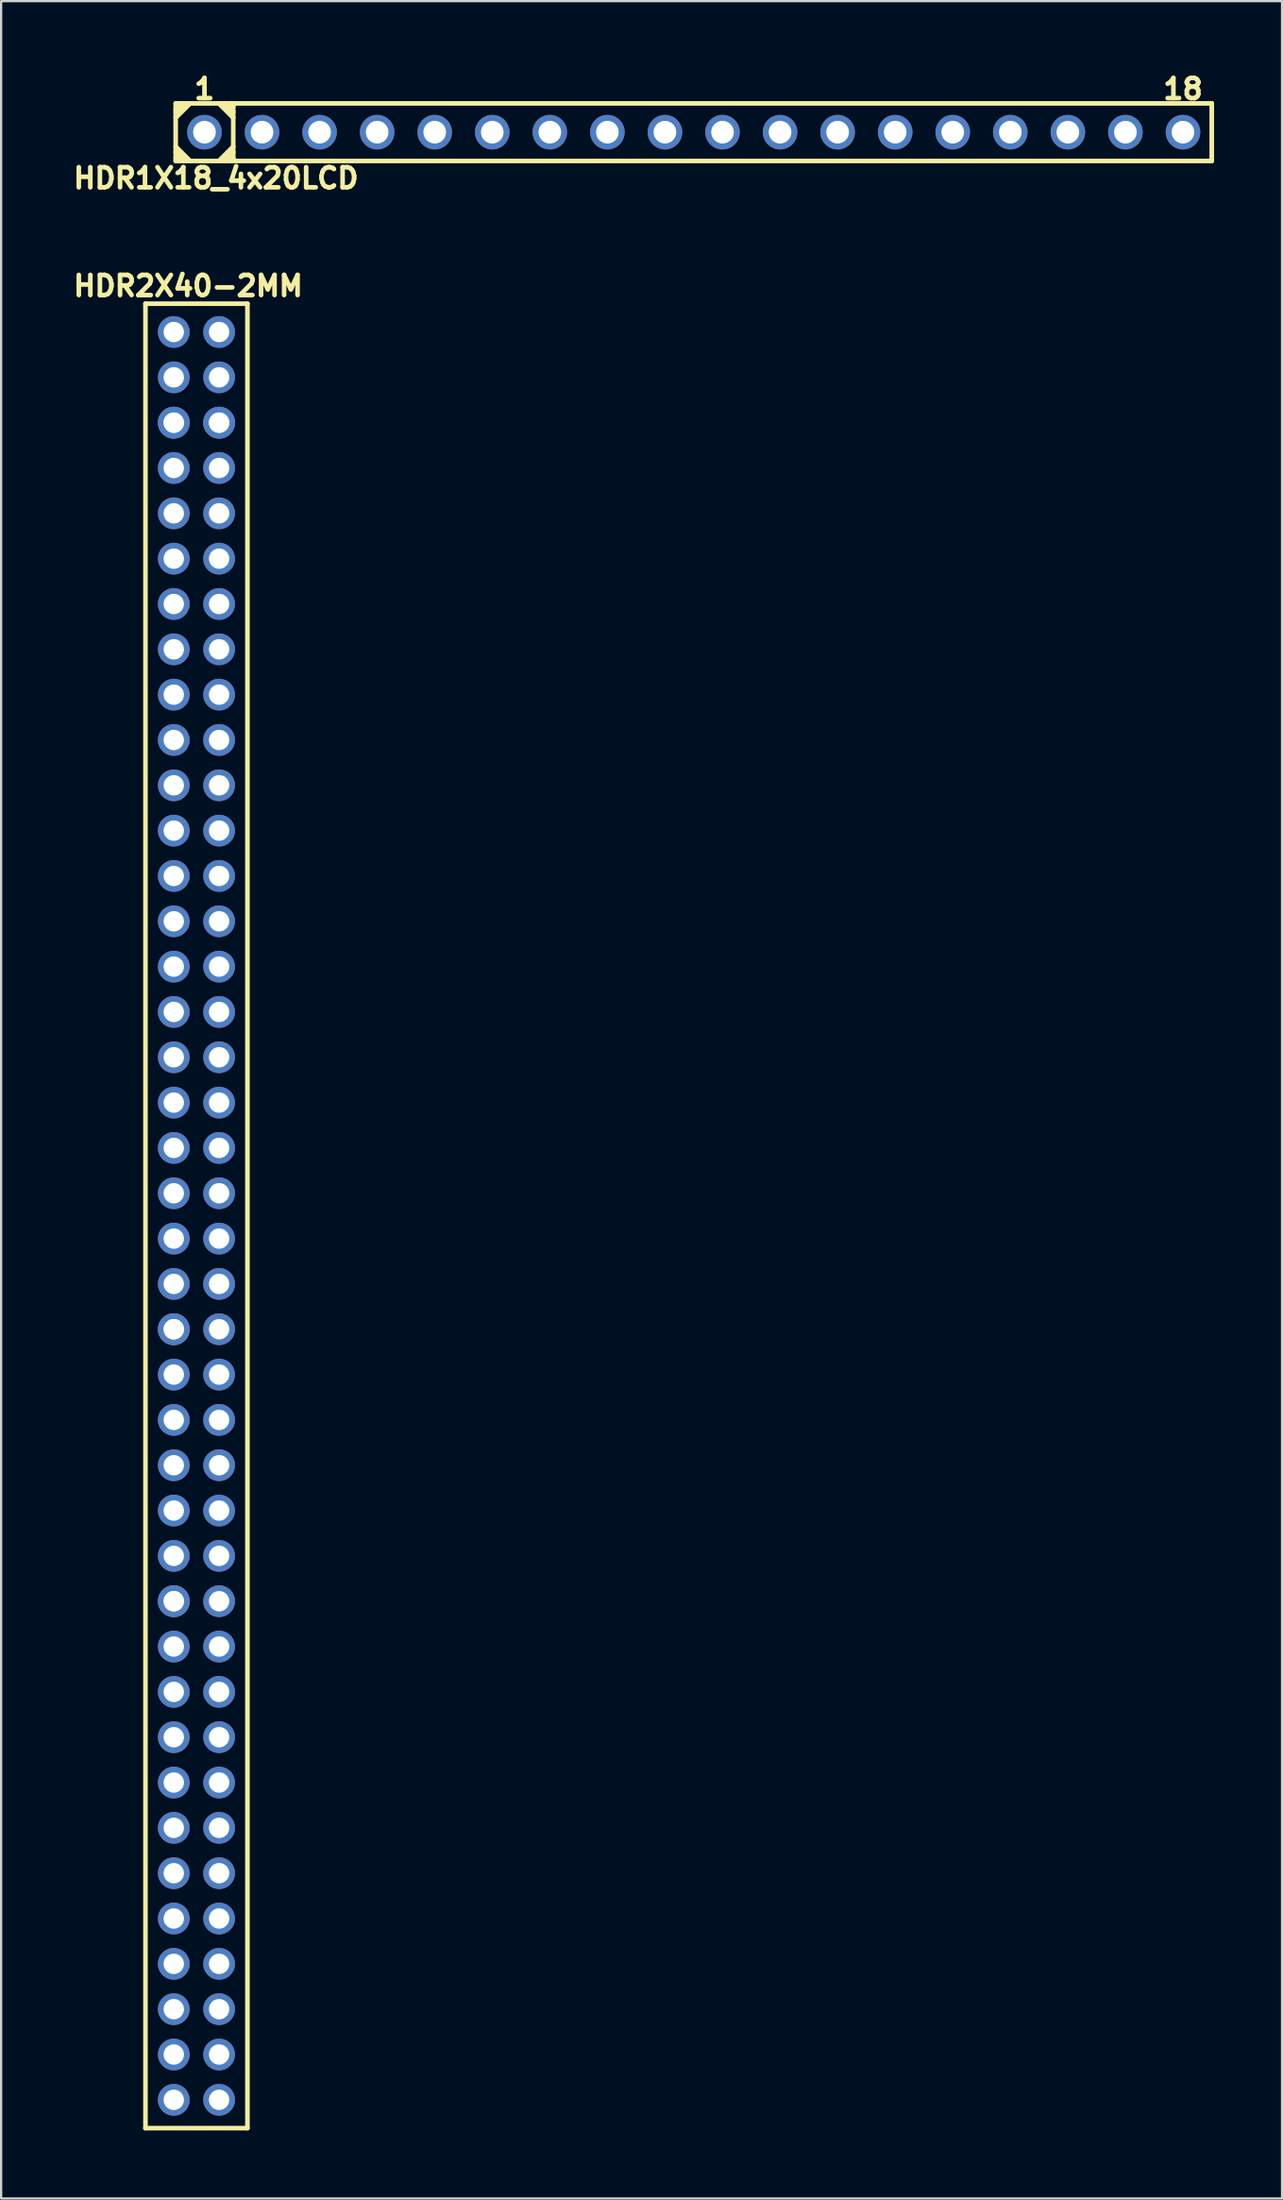
<source format=kicad_pcb>
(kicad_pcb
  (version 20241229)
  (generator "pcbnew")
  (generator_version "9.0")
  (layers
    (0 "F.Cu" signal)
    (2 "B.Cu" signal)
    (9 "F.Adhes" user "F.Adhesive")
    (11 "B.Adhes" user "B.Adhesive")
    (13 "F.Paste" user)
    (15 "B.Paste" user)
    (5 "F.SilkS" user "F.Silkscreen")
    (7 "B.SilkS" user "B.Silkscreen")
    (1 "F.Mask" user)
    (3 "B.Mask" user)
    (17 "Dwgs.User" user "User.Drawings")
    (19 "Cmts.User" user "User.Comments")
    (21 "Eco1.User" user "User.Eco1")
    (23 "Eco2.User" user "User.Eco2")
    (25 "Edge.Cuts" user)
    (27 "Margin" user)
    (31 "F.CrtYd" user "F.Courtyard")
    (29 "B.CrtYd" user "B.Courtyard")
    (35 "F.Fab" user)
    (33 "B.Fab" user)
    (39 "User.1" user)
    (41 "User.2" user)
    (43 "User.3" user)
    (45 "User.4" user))
  (footprint "HDR1X18_4x20LCD"
    (layer "F.Cu")
    (at 5.973 2.782)
    (property "Reference" "HDR1X18_4x20LCD" (at 0.508 2.032 0) (layer "F.SilkS") (effects (font (size 0.889 0.889) (thickness 0.203))))
    (attr through_hole)
    (fp_line (start -1.27 -1.27) (end -1.27 1.27) (stroke (width 0.203) (type solid)) (layer "F.SilkS"))
    (fp_line (start -1.27 0.635) (end -0.635 1.27) (stroke (width 0.203) (type solid)) (layer "F.SilkS"))
    (fp_line (start -1.27 0.889) (end -0.889 1.27) (stroke (width 0.203) (type solid)) (layer "F.SilkS"))
    (fp_line (start -1.27 1.143) (end -1.143 1.27) (stroke (width 0.203) (type solid)) (layer "F.SilkS"))
    (fp_line (start -1.27 1.27) (end 44.45 1.27) (stroke (width 0.203) (type solid)) (layer "F.SilkS"))
    (fp_line (start -1.016 -1.27) (end -1.27 -1.016) (stroke (width 0.203) (type solid)) (layer "F.SilkS"))
    (fp_line (start -0.889 -1.27) (end -1.27 -0.889) (stroke (width 0.203) (type solid)) (layer "F.SilkS"))
    (fp_line (start -0.635 -1.27) (end -1.27 -0.635) (stroke (width 0.203) (type solid)) (layer "F.SilkS"))
    (fp_line (start 0.889 -1.27) (end 1.27 -0.889) (stroke (width 0.203) (type solid)) (layer "F.SilkS"))
    (fp_line (start 0.889 1.27) (end 1.27 0.889) (stroke (width 0.203) (type solid)) (layer "F.SilkS"))
    (fp_line (start 1.143 -1.27) (end 1.27 -1.143) (stroke (width 0.203) (type solid)) (layer "F.SilkS"))
    (fp_line (start 1.27 -1.27) (end 1.27 1.27) (stroke (width 0.203) (type solid)) (layer "F.SilkS"))
    (fp_line (start 1.27 -0.635) (end 0.635 -1.27) (stroke (width 0.203) (type solid)) (layer "F.SilkS"))
    (fp_line (start 1.27 0.635) (end 0.635 1.27) (stroke (width 0.203) (type solid)) (layer "F.SilkS"))
    (fp_line (start 1.27 1.143) (end 1.143 1.27) (stroke (width 0.203) (type solid)) (layer "F.SilkS"))
    (fp_line (start 44.45 -1.27) (end -1.27 -1.27) (stroke (width 0.203) (type solid)) (layer "F.SilkS"))
    (fp_line (start 44.45 1.27) (end 44.45 -1.27) (stroke (width 0.203) (type solid)) (layer "F.SilkS"))
    (fp_text user "18" (at 43.18 -1.905 0) (layer "F.SilkS") (effects (font (size 0.889 0.889) (thickness 0.203))))
    (fp_text user "1" (at 0 -1.905 0) (layer "F.SilkS") (effects (font (size 0.889 0.889) (thickness 0.203))))
    (pad "1" thru_hole circle (at 0 0) (size 1.524 1.524) (drill 1) (layers "*.Cu" "*.Mask"))
    (pad "2" thru_hole circle (at 2.54 0) (size 1.524 1.524) (drill 1) (layers "*.Cu" "*.Mask"))
    (pad "3" thru_hole circle (at 5.08 0) (size 1.524 1.524) (drill 1) (layers "*.Cu" "*.Mask"))
    (pad "4" thru_hole circle (at 7.62 0) (size 1.524 1.524) (drill 1) (layers "*.Cu" "*.Mask"))
    (pad "5" thru_hole circle (at 10.16 0) (size 1.524 1.524) (drill 1) (layers "*.Cu" "*.Mask"))
    (pad "6" thru_hole circle (at 12.7 0) (size 1.524 1.524) (drill 1) (layers "*.Cu" "*.Mask"))
    (pad "7" thru_hole circle (at 15.24 0) (size 1.524 1.524) (drill 1) (layers "*.Cu" "*.Mask"))
    (pad "8" thru_hole circle (at 17.78 0) (size 1.524 1.524) (drill 1) (layers "*.Cu" "*.Mask"))
    (pad "9" thru_hole circle (at 20.32 0) (size 1.524 1.524) (drill 1) (layers "*.Cu" "*.Mask"))
    (pad "10" thru_hole circle (at 22.86 0) (size 1.524 1.524) (drill 1) (layers "*.Cu" "*.Mask"))
    (pad "11" thru_hole circle (at 25.4 0) (size 1.524 1.524) (drill 1) (layers "*.Cu" "*.Mask"))
    (pad "12" thru_hole circle (at 27.94 0) (size 1.524 1.524) (drill 1) (layers "*.Cu" "*.Mask"))
    (pad "13" thru_hole circle (at 30.48 0) (size 1.524 1.524) (drill 1) (layers "*.Cu" "*.Mask"))
    (pad "14" thru_hole circle (at 33.02 0) (size 1.524 1.524) (drill 1) (layers "*.Cu" "*.Mask"))
    (pad "15" thru_hole circle (at 35.56 0) (size 1.524 1.524) (drill 1) (layers "*.Cu" "*.Mask"))
    (pad "16" thru_hole circle (at 38.1 0) (size 1.524 1.524) (drill 1) (layers "*.Cu" "*.Mask"))
    (pad "17" thru_hole circle (at 40.64 0) (size 1.524 1.524) (drill 1) (layers "*.Cu" "*.Mask"))
    (pad "18" thru_hole circle (at 43.18 0) (size 1.524 1.524) (drill 1) (layers "*.Cu" "*.Mask")))
  (footprint "HDR2X40-2MM"
    (layer "F.Cu")
    (at 4.619 11.599)
    (property "Reference" "HDR2X40-2MM" (at 0.635 -2.032 0) (layer "F.SilkS") (effects (font (size 0.889 0.889) (thickness 0.203))))
    (attr through_hole)
    (fp_line (start -1.25 -1.25) (end -1.25 79.25) (stroke (width 0.203) (type solid)) (layer "F.SilkS"))
    (fp_line (start -1.25 -1.25) (end 3.25 -1.25) (stroke (width 0.203) (type solid)) (layer "F.SilkS"))
    (fp_line (start -1.25 79.25) (end 3.25 79.25) (stroke (width 0.203) (type solid)) (layer "F.SilkS"))
    (fp_line (start 3.25 79.25) (end 3.25 -1.25) (stroke (width 0.203) (type solid)) (layer "F.SilkS"))
    (pad "1" thru_hole circle (at 0 0) (size 1.4 1.4) (drill 0.9) (layers "*.Cu" "*.Mask"))
    (pad "2" thru_hole circle (at 2 0) (size 1.4 1.4) (drill 0.9) (layers "*.Cu" "*.Mask"))
    (pad "3" thru_hole circle (at 0 2) (size 1.4 1.4) (drill 0.9) (layers "*.Cu" "*.Mask"))
    (pad "4" thru_hole circle (at 2 2) (size 1.4 1.4) (drill 0.9) (layers "*.Cu" "*.Mask" "B.Adhes"))
    (pad "5" thru_hole circle (at 0 4) (size 1.4 1.4) (drill 0.9) (layers "*.Cu" "*.Mask"))
    (pad "5" thru_hole circle (at 0 4) (size 1.4 1.4) (drill 0.9) (layers "*.Cu" "*.Mask"))
    (pad "6" thru_hole circle (at 2 4) (size 1.4 1.4) (drill 0.9) (layers "*.Cu" "*.Mask"))
    (pad "6" thru_hole circle (at 2 4) (size 1.4 1.4) (drill 0.9) (layers "*.Cu" "*.Mask"))
    (pad "7" thru_hole circle (at 0 6) (size 1.4 1.4) (drill 0.9) (layers "*.Cu" "*.Mask"))
    (pad "8" thru_hole circle (at 2 6) (size 1.4 1.4) (drill 0.9) (layers "*.Cu" "*.Mask"))
    (pad "9" thru_hole circle (at 0 8) (size 1.4 1.4) (drill 0.9) (layers "*.Cu" "*.Mask"))
    (pad "10" thru_hole circle (at 2 8) (size 1.4 1.4) (drill 0.9) (layers "*.Cu" "*.Mask" "Eco1.User"))
    (pad "11" thru_hole circle (at 0 10) (size 1.4 1.4) (drill 0.9) (layers "*.Cu" "*.Mask"))
    (pad "12" thru_hole circle (at 2 10) (size 1.4 1.4) (drill 0.9) (layers "*.Cu" "*.Mask" "Eco1.User"))
    (pad "13" thru_hole circle (at 0 12) (size 1.4 1.4) (drill 0.9) (layers "*.Cu" "*.Mask"))
    (pad "14" thru_hole circle (at 2 12) (size 1.4 1.4) (drill 0.9) (layers "*.Cu" "*.Mask" "Eco1.User"))
    (pad "15" thru_hole circle (at 0 14) (size 1.4 1.4) (drill 0.9) (layers "*.Cu" "*.Mask"))
    (pad "16" thru_hole circle (at 2 14) (size 1.4 1.4) (drill 0.9) (layers "*.Cu" "*.Mask" "Eco1.User"))
    (pad "17" thru_hole circle (at 0 16) (size 1.4 1.4) (drill 0.9) (layers "*.Cu" "*.Mask"))
    (pad "18" thru_hole circle (at 2 16) (size 1.4 1.4) (drill 0.9) (layers "*.Cu" "*.Mask" "Eco1.User"))
    (pad "19" thru_hole circle (at 0 18) (size 1.4 1.4) (drill 0.9) (layers "*.Cu" "*.Mask"))
    (pad "20" thru_hole circle (at 2 18) (size 1.4 1.4) (drill 0.9) (layers "*.Cu" "*.Mask" "Eco1.User"))
    (pad "21" thru_hole circle (at 0 20) (size 1.4 1.4) (drill 0.9) (layers "*.Cu" "*.Mask"))
    (pad "22" thru_hole circle (at 2 20) (size 1.4 1.4) (drill 0.9) (layers "*.Cu" "*.Mask"))
    (pad "23" thru_hole circle (at 0 22) (size 1.4 1.4) (drill 0.9) (layers "*.Cu" "*.Mask"))
    (pad "23" thru_hole circle (at 0 44) (size 1.4 1.4) (drill 0.9) (layers "*.Cu" "*.Mask"))
    (pad "24" thru_hole circle (at 2 22) (size 1.4 1.4) (drill 0.9) (layers "*.Cu" "*.Mask"))
    (pad "25" thru_hole circle (at 0 24) (size 1.4 1.4) (drill 0.9) (layers "*.Cu" "*.Mask"))
    (pad "26" thru_hole circle (at 2 24) (size 1.4 1.4) (drill 0.9) (layers "*.Cu" "*.Mask"))
    (pad "27" thru_hole circle (at 0 26) (size 1.4 1.4) (drill 0.9) (layers "*.Cu" "*.Mask"))
    (pad "28" thru_hole circle (at 2 26) (size 1.4 1.4) (drill 0.9) (layers "*.Cu" "*.Mask"))
    (pad "29" thru_hole circle (at 0 28) (size 1.4 1.4) (drill 0.9) (layers "*.Cu" "*.Mask"))
    (pad "29" thru_hole circle (at 0 56) (size 1.4 1.4) (drill 0.9) (layers "*.Cu" "*.Mask"))
    (pad "30" thru_hole circle (at 2 28) (size 1.4 1.4) (drill 0.9) (layers "*.Cu" "*.Mask"))
    (pad "31" thru_hole circle (at 0 30) (size 1.4 1.4) (drill 0.9) (layers "*.Cu" "*.Mask"))
    (pad "32" thru_hole circle (at 2 30) (size 1.4 1.4) (drill 0.9) (layers "*.Cu" "*.Mask"))
    (pad "33" thru_hole circle (at 0 32) (size 1.4 1.4) (drill 0.9) (layers "*.Cu" "*.Mask"))
    (pad "34" thru_hole circle (at 2 32) (size 1.4 1.4) (drill 0.9) (layers "*.Cu" "*.Mask"))
    (pad "35" thru_hole circle (at 0 34) (size 1.4 1.4) (drill 0.9) (layers "*.Cu" "*.Mask"))
    (pad "36" thru_hole circle (at 2 34) (size 1.4 1.4) (drill 0.9) (layers "*.Cu" "*.Mask"))
    (pad "37" thru_hole circle (at 0 36) (size 1.4 1.4) (drill 0.9) (layers "*.Cu" "*.Mask"))
    (pad "38" thru_hole circle (at 2 36) (size 1.4 1.4) (drill 0.9) (layers "*.Cu" "*.Mask"))
    (pad "39" thru_hole circle (at 0 38) (size 1.4 1.4) (drill 0.9) (layers "*.Cu" "*.Mask"))
    (pad "40" thru_hole circle (at 2 38) (size 1.4 1.4) (drill 0.9) (layers "*.Cu" "*.Mask"))
    (pad "41" thru_hole circle (at 0 40) (size 1.4 1.4) (drill 0.9) (layers "*.Cu" "*.Mask"))
    (pad "42" thru_hole circle (at 2 40) (size 1.4 1.4) (drill 0.9) (layers "*.Cu" "*.Mask"))
    (pad "43" thru_hole circle (at 0 42) (size 1.4 1.4) (drill 0.9) (layers "*.Cu" "*.Mask"))
    (pad "44" thru_hole circle (at 2 42) (size 1.4 1.4) (drill 0.9) (layers "*.Cu" "*.Mask"))
    (pad "45" thru_hole circle (at 0 44) (size 1.4 1.4) (drill 0.9) (layers "*.Cu" "*.Mask"))
    (pad "46" thru_hole circle (at 2 44) (size 1.4 1.4) (drill 0.9) (layers "*.Cu" "*.Mask"))
    (pad "47" thru_hole circle (at 0 46) (size 1.4 1.4) (drill 0.9) (layers "*.Cu" "*.Mask"))
    (pad "48" thru_hole circle (at 2 46) (size 1.4 1.4) (drill 0.9) (layers "*.Cu" "*.Mask"))
    (pad "49" thru_hole circle (at 0 48) (size 1.4 1.4) (drill 0.9) (layers "*.Cu" "*.Mask"))
    (pad "50" thru_hole circle (at 2 48) (size 1.4 1.4) (drill 0.9) (layers "*.Cu" "*.Mask"))
    (pad "51" thru_hole circle (at 0 50) (size 1.4 1.4) (drill 0.9) (layers "*.Cu" "*.Mask"))
    (pad "52" thru_hole circle (at 2 50) (size 1.4 1.4) (drill 0.9) (layers "*.Cu" "*.Mask"))
    (pad "53" thru_hole circle (at 0 52) (size 1.4 1.4) (drill 0.9) (layers "*.Cu" "*.Mask"))
    (pad "54" thru_hole circle (at 2 52) (size 1.4 1.4) (drill 0.9) (layers "*.Cu" "*.Mask"))
    (pad "55" thru_hole circle (at 0 54) (size 1.4 1.4) (drill 0.9) (layers "*.Cu" "*.Mask"))
    (pad "56" thru_hole circle (at 2 54) (size 1.4 1.4) (drill 0.9) (layers "*.Cu" "*.Mask"))
    (pad "57" thru_hole circle (at 0 56) (size 1.4 1.4) (drill 0.9) (layers "*.Cu" "*.Mask"))
    (pad "58" thru_hole circle (at 2 56) (size 1.4 1.4) (drill 0.9) (layers "*.Cu" "*.Mask"))
    (pad "59" thru_hole circle (at 0 58) (size 1.4 1.4) (drill 0.9) (layers "*.Cu" "*.Mask"))
    (pad "60" thru_hole circle (at 2 58) (size 1.4 1.4) (drill 0.9) (layers "*.Cu" "*.Mask"))
    (pad "61" thru_hole circle (at 0 60) (size 1.4 1.4) (drill 0.9) (layers "*.Cu" "*.Mask"))
    (pad "62" thru_hole circle (at 2 60) (size 1.4 1.4) (drill 0.9) (layers "*.Cu" "*.Mask"))
    (pad "63" thru_hole circle (at 0 62) (size 1.4 1.4) (drill 0.9) (layers "*.Cu" "*.Mask"))
    (pad "64" thru_hole circle (at 2 62) (size 1.4 1.4) (drill 0.9) (layers "*.Cu" "*.Mask"))
    (pad "65" thru_hole circle (at 0 64) (size 1.4 1.4) (drill 0.9) (layers "*.Cu" "*.Mask"))
    (pad "66" thru_hole circle (at 2 64) (size 1.4 1.4) (drill 0.9) (layers "*.Cu" "*.Mask"))
    (pad "67" thru_hole circle (at 0 66) (size 1.4 1.4) (drill 0.9) (layers "*.Cu" "*.Mask"))
    (pad "68" thru_hole circle (at 2 66) (size 1.4 1.4) (drill 0.9) (layers "*.Cu" "*.Mask"))
    (pad "69" thru_hole circle (at 0 68) (size 1.4 1.4) (drill 0.9) (layers "*.Cu" "*.Mask"))
    (pad "70" thru_hole circle (at 2 68) (size 1.4 1.4) (drill 0.9) (layers "*.Cu" "*.Mask"))
    (pad "71" thru_hole circle (at 0 70) (size 1.4 1.4) (drill 0.9) (layers "*.Cu" "*.Mask"))
    (pad "72" thru_hole circle (at 2 70) (size 1.4 1.4) (drill 0.9) (layers "*.Cu" "*.Mask"))
    (pad "73" thru_hole circle (at 0 72) (size 1.4 1.4) (drill 0.9) (layers "*.Cu" "*.Mask"))
    (pad "74" thru_hole circle (at 2 72) (size 1.4 1.4) (drill 0.9) (layers "*.Cu" "*.Mask"))
    (pad "75" thru_hole circle (at 0 74) (size 1.4 1.4) (drill 0.9) (layers "*.Cu" "*.Mask"))
    (pad "76" thru_hole circle (at 2 74) (size 1.4 1.4) (drill 0.9) (layers "*.Cu" "*.Mask"))
    (pad "77" thru_hole circle (at 0 76) (size 1.4 1.4) (drill 0.9) (layers "*.Cu" "*.Mask"))
    (pad "78" thru_hole circle (at 2 76) (size 1.4 1.4) (drill 0.9) (layers "*.Cu" "*.Mask"))
    (pad "79" thru_hole circle (at 0 78) (size 1.4 1.4) (drill 0.9) (layers "*.Cu" "*.Mask"))
    (pad "80" thru_hole circle (at 2 78) (size 1.4 1.4) (drill 0.9) (layers "*.Cu" "*.Mask")))
  (gr_rect
    (start -3 -3)
    (end 53.525 93.951)
    (stroke (width 0.1) (type default))
    (fill no)
    (layer "Edge.Cuts")))
</source>
